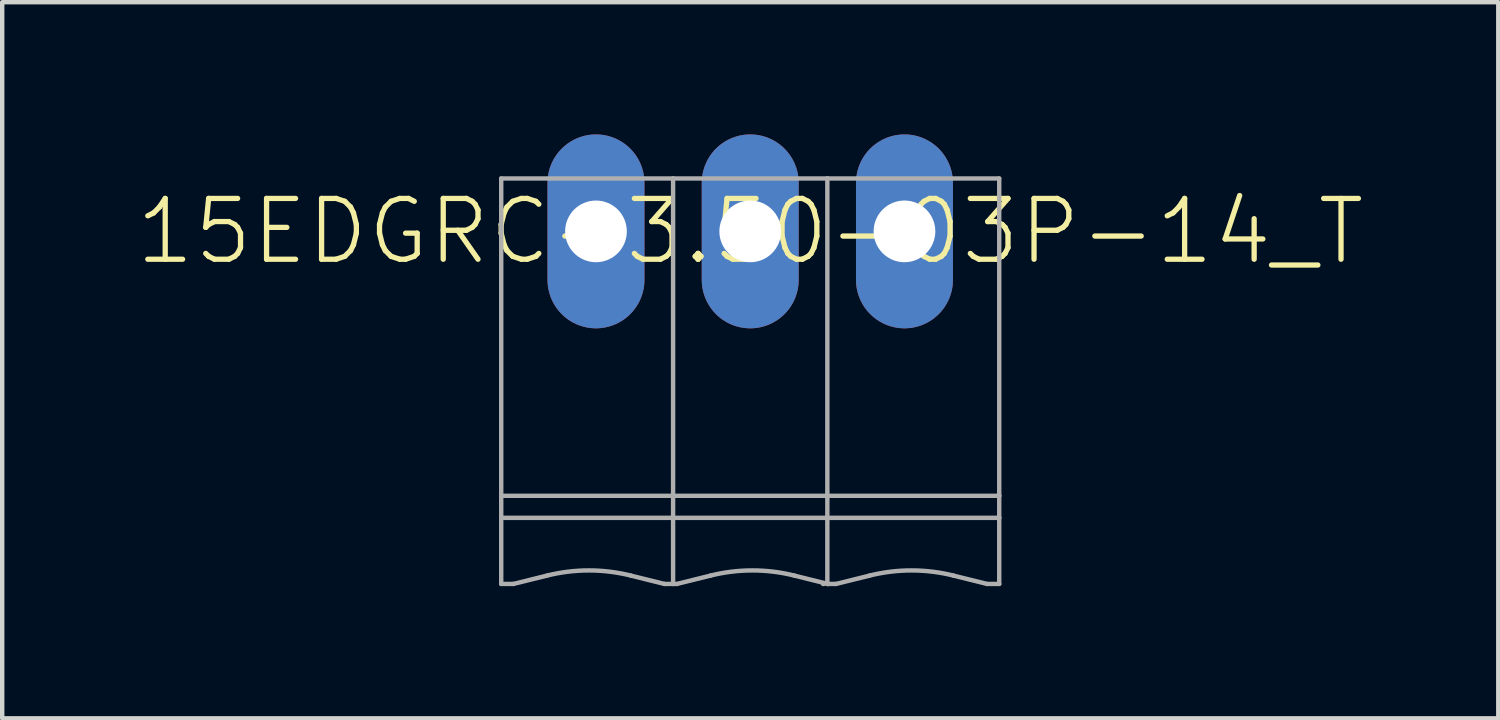
<source format=kicad_pcb>
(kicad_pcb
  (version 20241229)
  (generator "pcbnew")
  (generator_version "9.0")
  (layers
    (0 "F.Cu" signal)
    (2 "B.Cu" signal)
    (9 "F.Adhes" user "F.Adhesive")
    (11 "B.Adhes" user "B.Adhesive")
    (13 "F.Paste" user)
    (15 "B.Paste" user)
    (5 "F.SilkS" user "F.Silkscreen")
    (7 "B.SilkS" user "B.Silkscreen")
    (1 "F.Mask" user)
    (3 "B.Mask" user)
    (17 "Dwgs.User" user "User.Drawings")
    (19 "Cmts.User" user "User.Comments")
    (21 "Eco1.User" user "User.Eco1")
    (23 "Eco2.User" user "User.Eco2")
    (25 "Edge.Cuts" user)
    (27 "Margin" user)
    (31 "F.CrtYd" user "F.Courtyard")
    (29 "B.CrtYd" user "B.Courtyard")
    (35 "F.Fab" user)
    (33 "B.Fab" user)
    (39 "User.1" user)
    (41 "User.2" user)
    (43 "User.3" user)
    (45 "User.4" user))
  (footprint "15EDGRC-3.50-03P-14_T"
    (layer "F.Cu")
    (at 13.973 2.2)
    (property "Reference" "15EDGRC-3.50-03P-14_T" (at 0 0 0) (unlocked yes) (layer "F.SilkS") (effects (font (size 1.38 1.38) (thickness 0.12))))
    (fp_line (start -5.65 -1.2) (end -5.65 6) (stroke (width 0.1) (type solid)) (layer "F.Fab"))
    (fp_line (start -5.65 -1.2) (end -1.75 -1.2) (stroke (width 0.1) (type solid)) (layer "F.Fab"))
    (fp_line (start -5.65 6) (end -5.65 6.5) (stroke (width 0.1) (type solid)) (layer "F.Fab"))
    (fp_line (start -5.65 6) (end -1.75 6) (stroke (width 0.1) (type solid)) (layer "F.Fab"))
    (fp_line (start -5.65 6.5) (end -5.65 8) (stroke (width 0.1) (type solid)) (layer "F.Fab"))
    (fp_line (start -5.65 6.5) (end -1.75 6.5) (stroke (width 0.1) (type solid)) (layer "F.Fab"))
    (fp_line (start -5.65 8) (end -5.375 8) (stroke (width 0.1) (type solid)) (layer "F.Fab"))
    (fp_line (start -5.375 8) (end -4.612 7.811) (stroke (width 0.1) (type solid)) (layer "F.Fab"))
    (fp_line (start -1.946 8) (end -2.708 7.811) (stroke (width 0.1) (type solid)) (layer "F.Fab"))
    (fp_line (start -1.946 8) (end -1.75 8) (stroke (width 0.1) (type solid)) (layer "F.Fab"))
    (fp_line (start -1.75 -1.2) (end 1.75 -1.2) (stroke (width 0.1) (type solid)) (layer "F.Fab"))
    (fp_line (start -1.75 6) (end -1.75 -1.2) (stroke (width 0.1) (type solid)) (layer "F.Fab"))
    (fp_line (start -1.75 6) (end 1.75 6) (stroke (width 0.1) (type solid)) (layer "F.Fab"))
    (fp_line (start -1.75 6.5) (end -1.75 6) (stroke (width 0.1) (type solid)) (layer "F.Fab"))
    (fp_line (start -1.75 6.5) (end 1.75 6.5) (stroke (width 0.1) (type solid)) (layer "F.Fab"))
    (fp_line (start -1.75 8) (end -1.75 6.5) (stroke (width 0.1) (type solid)) (layer "F.Fab"))
    (fp_line (start -1.75 8) (end -1.665 8) (stroke (width 0.1) (type solid)) (layer "F.Fab"))
    (fp_line (start -1.665 8) (end -0.902 7.811) (stroke (width 0.1) (type solid)) (layer "F.Fab"))
    (fp_line (start 1.651 8) (end 1.665 8) (stroke (width 0.1) (type solid)) (layer "F.Fab"))
    (fp_line (start 1.75 -1.2) (end 5.65 -1.2) (stroke (width 0.1) (type solid)) (layer "F.Fab"))
    (fp_line (start 1.75 6) (end 1.75 -1.2) (stroke (width 0.1) (type solid)) (layer "F.Fab"))
    (fp_line (start 1.75 6) (end 5.65 6) (stroke (width 0.1) (type solid)) (layer "F.Fab"))
    (fp_line (start 1.75 6.5) (end 1.75 6) (stroke (width 0.1) (type solid)) (layer "F.Fab"))
    (fp_line (start 1.75 6.5) (end 5.65 6.5) (stroke (width 0.1) (type solid)) (layer "F.Fab"))
    (fp_line (start 1.75 8) (end 1.75 6.5) (stroke (width 0.1) (type solid)) (layer "F.Fab"))
    (fp_line (start 1.75 8) (end 1.764 8) (stroke (width 0.1) (type solid)) (layer "F.Fab"))
    (fp_line (start 1.764 8) (end 1.002 7.811) (stroke (width 0.1) (type solid)) (layer "F.Fab"))
    (fp_line (start 1.946 8) (end 1.75 8) (stroke (width 0.1) (type solid)) (layer "F.Fab"))
    (fp_line (start 1.946 8) (end 2.708 7.811) (stroke (width 0.1) (type solid)) (layer "F.Fab"))
    (fp_line (start 5.375 8) (end 4.612 7.811) (stroke (width 0.1) (type solid)) (layer "F.Fab"))
    (fp_line (start 5.375 8) (end 5.65 8) (stroke (width 0.1) (type solid)) (layer "F.Fab"))
    (fp_line (start 5.65 -1.2) (end 5.65 6) (stroke (width 0.1) (type solid)) (layer "F.Fab"))
    (fp_line (start 5.65 6) (end 5.65 6.5) (stroke (width 0.1) (type solid)) (layer "F.Fab"))
    (fp_line (start 5.65 6.5) (end 5.65 8) (stroke (width 0.1) (type solid)) (layer "F.Fab"))
    (fp_arc (start -4.6125 7.8105) (mid -3.66 7.693242) (end -2.7075 7.8105) (stroke (width 0.1) (type solid)) (layer "F.Fab"))
    (fp_arc (start -0.9025 7.8105) (mid 0.05 7.693242) (end 1.0025 7.8105) (stroke (width 0.1) (type solid)) (layer "F.Fab"))
    (fp_arc (start 2.7075 7.8105) (mid 3.66 7.693242) (end 4.6125 7.8105) (stroke (width 0.1) (type solid)) (layer "F.Fab"))
    (pad "1" thru_hole oval (at -3.5 0 90) (size 4.4 2.2) (drill 1.4) (layers "*.Cu" "*.Mask"))
    (pad "2" thru_hole oval (at 0 0 90) (size 4.4 2.2) (drill 1.4) (layers "*.Cu" "*.Mask"))
    (pad "3" thru_hole oval (at 3.5 0 90) (size 4.4 2.2) (drill 1.4) (layers "*.Cu" "*.Mask")))
  (gr_rect
    (start -3 -3)
    (end 30.947 13.25)
    (stroke (width 0.1) (type default))
    (fill no)
    (layer "Edge.Cuts")))
</source>
